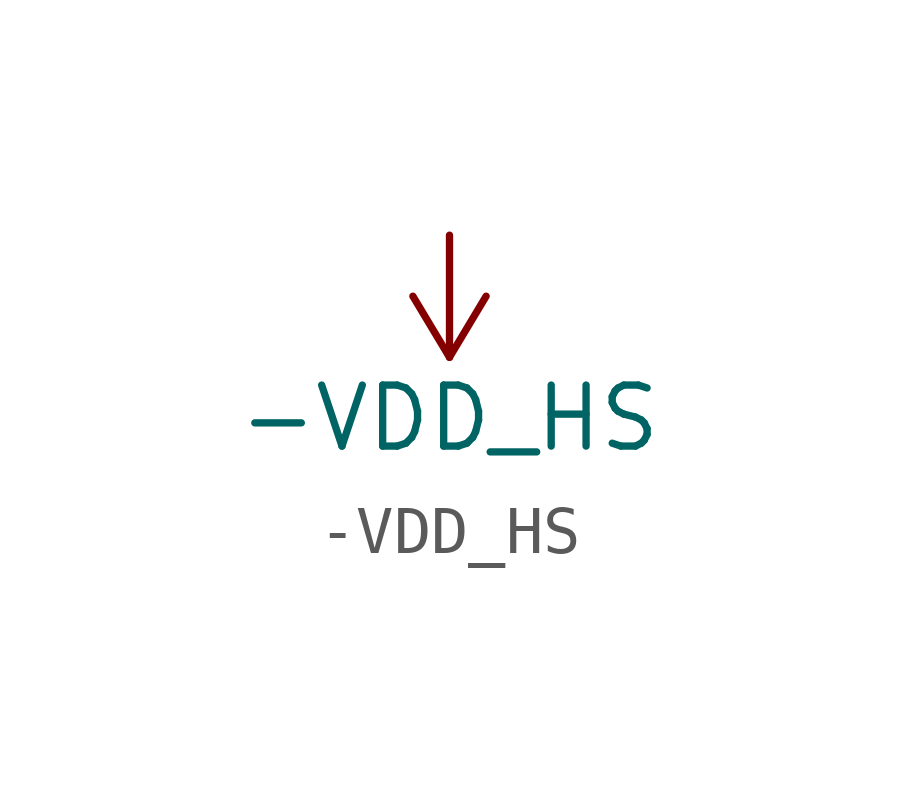
<source format=kicad_sym>
(kicad_symbol_lib
  (version 20220914)
  (generator kicad_symbol_editor)
  (symbol "-VDD_HS"
    (power)
    (pin_numbers hide)
    (pin_names
      (offset 0))
    (property "Reference" "#PWR"
      (at -1.27 0 90)
      (effects (font (size 1.27 1.27)) hide))
    (property "Value" "-VDD_HS"
      (at 0 -3.81 0)
      (effects (font (size 1.27 1.27))))
    (symbol "-VDD_HS_1_1"
      (polyline (pts (xy 0 -2.54) (xy -0.762 -1.27)) (stroke (width 0) (type default)) (fill (type none)))
      (polyline (pts (xy 0 0) (xy 0 -2.54)) (stroke (width 0) (type default)) (fill (type none)))
      (polyline (pts (xy 0.762 -1.27) (xy 0 -2.54)) (stroke (width 0) (type default)) (fill (type none)))
      (pin power_in line (at 0 0 270) (length 0) hide (name "-VDD_HS" (effects (font (size 1.27 1.27)))) (number "1" (effects (font (size 1.27 1.27))))))))
</source>
